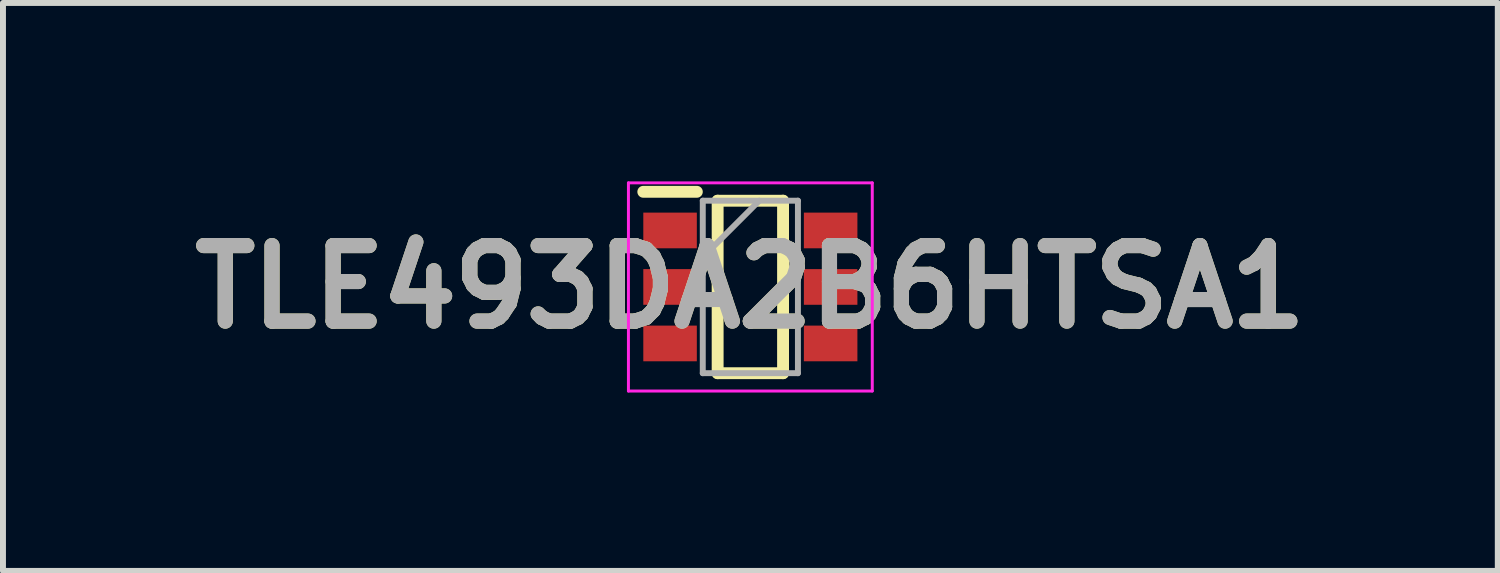
<source format=kicad_pcb>
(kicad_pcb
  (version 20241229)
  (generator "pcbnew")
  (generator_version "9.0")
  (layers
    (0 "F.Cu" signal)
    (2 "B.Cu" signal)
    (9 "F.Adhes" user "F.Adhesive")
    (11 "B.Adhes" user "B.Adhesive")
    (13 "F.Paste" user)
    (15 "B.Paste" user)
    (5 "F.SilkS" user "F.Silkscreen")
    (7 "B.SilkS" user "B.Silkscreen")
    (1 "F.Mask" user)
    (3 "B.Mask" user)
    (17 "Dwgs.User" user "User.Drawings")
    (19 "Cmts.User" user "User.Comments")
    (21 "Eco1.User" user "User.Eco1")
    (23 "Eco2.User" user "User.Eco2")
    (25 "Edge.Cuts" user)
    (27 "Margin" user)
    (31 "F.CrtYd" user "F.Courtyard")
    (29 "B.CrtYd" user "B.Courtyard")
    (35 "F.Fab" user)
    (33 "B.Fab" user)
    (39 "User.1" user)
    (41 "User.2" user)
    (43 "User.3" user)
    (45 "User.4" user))
  (footprint "TLE493DA2B6HTSA1"
    (layer "F.Cu")
    (at 9.567 1.775)
    (property "Reference" "TLE493DA2B6HTSA1" (at 0 0 0) (layer "F.SilkS") (effects (font (size 1.27 1.27) (thickness 0.254))))
    (attr smd)
    (fp_line (start -1.8 -1.6) (end -0.9 -1.6) (stroke (width 0.2) (type solid)) (layer "F.SilkS"))
    (fp_line (start -0.55 -1.45) (end 0.55 -1.45) (stroke (width 0.2) (type solid)) (layer "F.SilkS"))
    (fp_line (start -0.55 1.45) (end -0.55 -1.45) (stroke (width 0.2) (type solid)) (layer "F.SilkS"))
    (fp_line (start 0.55 -1.45) (end 0.55 1.45) (stroke (width 0.2) (type solid)) (layer "F.SilkS"))
    (fp_line (start 0.55 1.45) (end -0.55 1.45) (stroke (width 0.2) (type solid)) (layer "F.SilkS"))
    (fp_line (start -2.05 -1.75) (end 2.05 -1.75) (stroke (width 0.05) (type solid)) (layer "F.CrtYd"))
    (fp_line (start -2.05 1.75) (end -2.05 -1.75) (stroke (width 0.05) (type solid)) (layer "F.CrtYd"))
    (fp_line (start 2.05 -1.75) (end 2.05 1.75) (stroke (width 0.05) (type solid)) (layer "F.CrtYd"))
    (fp_line (start 2.05 1.75) (end -2.05 1.75) (stroke (width 0.05) (type solid)) (layer "F.CrtYd"))
    (fp_line (start -0.8 -1.45) (end 0.8 -1.45) (stroke (width 0.1) (type solid)) (layer "F.Fab"))
    (fp_line (start -0.8 -0.5) (end 0.15 -1.45) (stroke (width 0.1) (type solid)) (layer "F.Fab"))
    (fp_line (start -0.8 1.45) (end -0.8 -1.45) (stroke (width 0.1) (type solid)) (layer "F.Fab"))
    (fp_line (start 0.8 -1.45) (end 0.8 1.45) (stroke (width 0.1) (type solid)) (layer "F.Fab"))
    (fp_line (start 0.8 1.45) (end -0.8 1.45) (stroke (width 0.1) (type solid)) (layer "F.Fab"))
    (fp_text user "${REFERENCE}" (at 0 0 0) (layer "F.Fab") (effects (font (size 1.27 1.27) (thickness 0.254))))
    (pad "1" smd rect (at -1.35 -0.95 90) (size 0.6 0.9) (layers "F.Cu" "F.Mask" "F.Paste"))
    (pad "2" smd rect (at -1.35 0 90) (size 0.6 0.9) (layers "F.Cu" "F.Mask" "F.Paste"))
    (pad "3" smd rect (at -1.35 0.95 90) (size 0.6 0.9) (layers "F.Cu" "F.Mask" "F.Paste"))
    (pad "4" smd rect (at 1.35 0.95 90) (size 0.6 0.9) (layers "F.Cu" "F.Mask" "F.Paste"))
    (pad "5" smd rect (at 1.35 0 90) (size 0.6 0.9) (layers "F.Cu" "F.Mask" "F.Paste"))
    (pad "6" smd rect (at 1.35 -0.95 90) (size 0.6 0.9) (layers "F.Cu" "F.Mask" "F.Paste")))
  (gr_rect
    (start -3 -3)
    (end 22.135 6.55)
    (stroke (width 0.1) (type default))
    (fill no)
    (layer "Edge.Cuts")))
</source>
